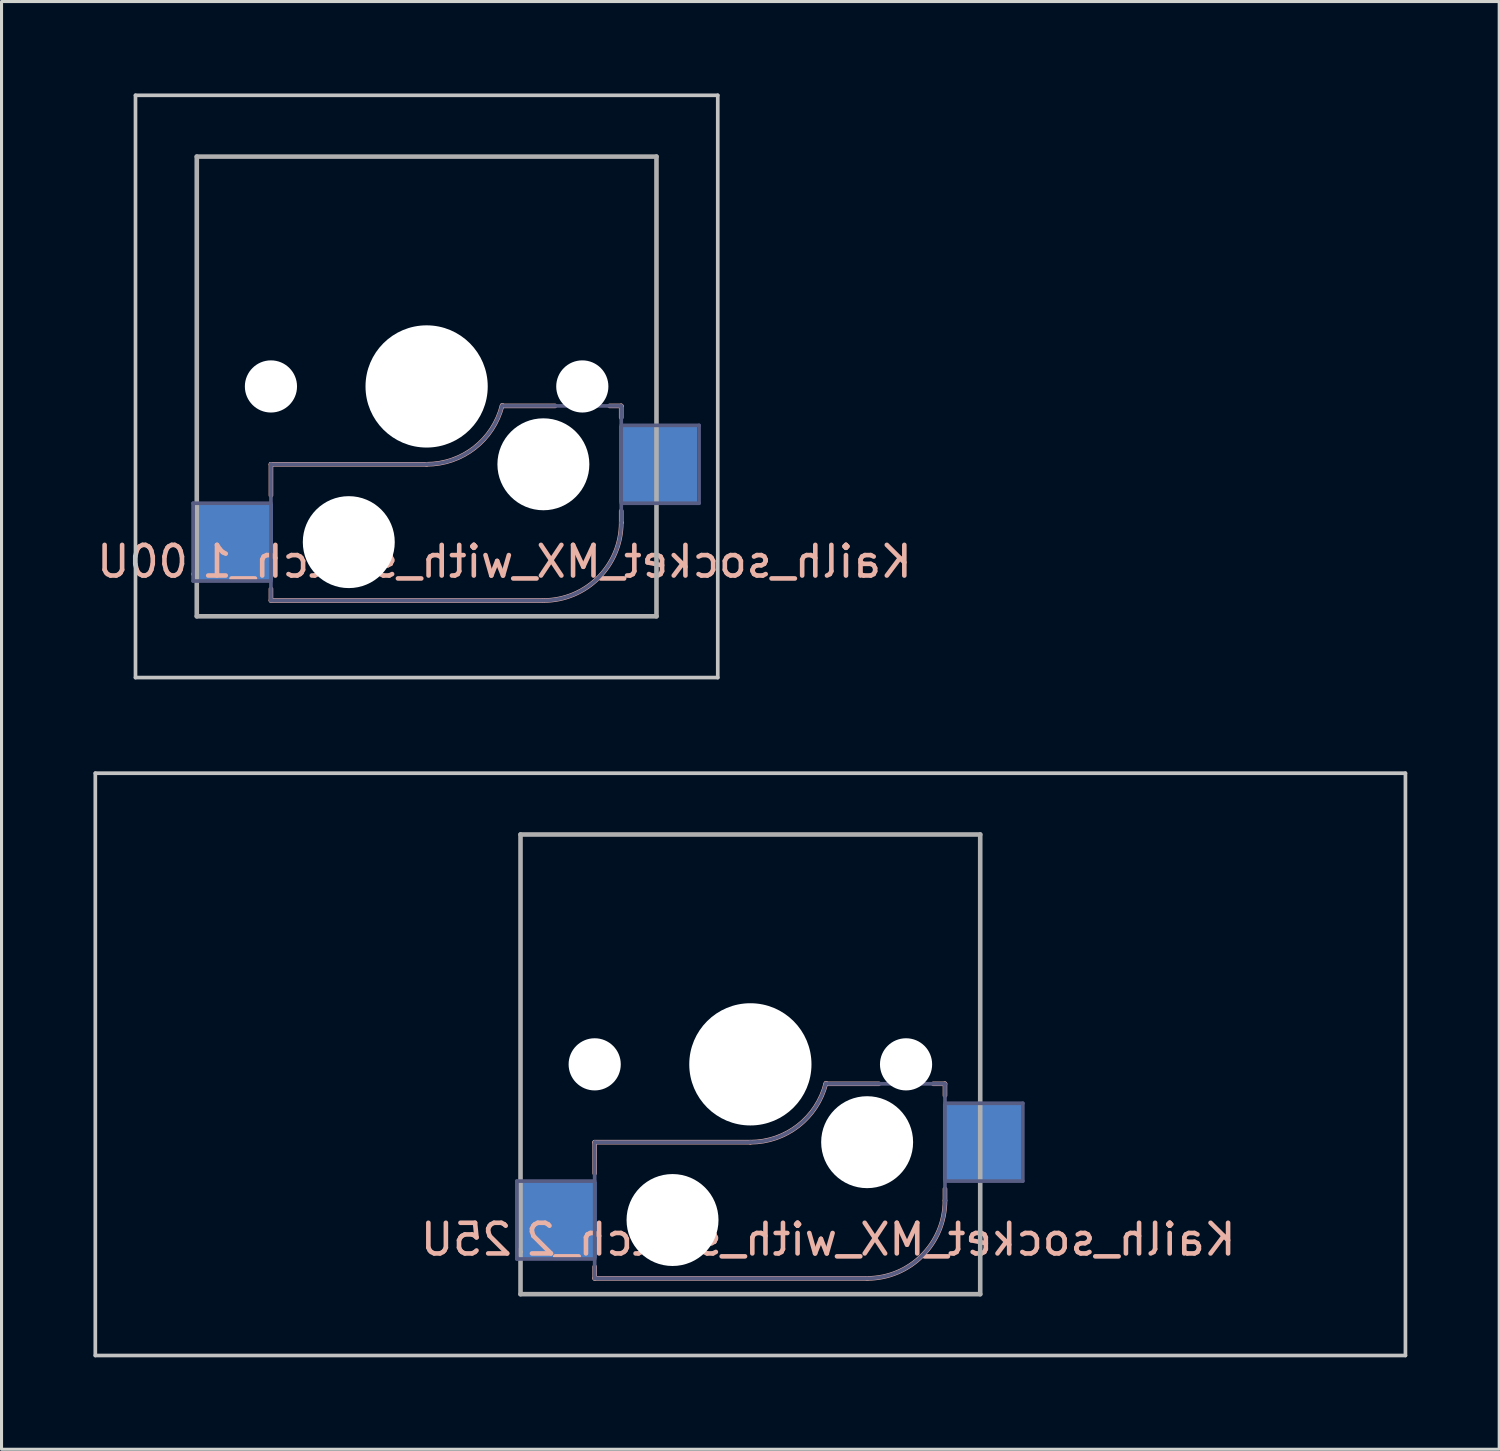
<source format=kicad_pcb>
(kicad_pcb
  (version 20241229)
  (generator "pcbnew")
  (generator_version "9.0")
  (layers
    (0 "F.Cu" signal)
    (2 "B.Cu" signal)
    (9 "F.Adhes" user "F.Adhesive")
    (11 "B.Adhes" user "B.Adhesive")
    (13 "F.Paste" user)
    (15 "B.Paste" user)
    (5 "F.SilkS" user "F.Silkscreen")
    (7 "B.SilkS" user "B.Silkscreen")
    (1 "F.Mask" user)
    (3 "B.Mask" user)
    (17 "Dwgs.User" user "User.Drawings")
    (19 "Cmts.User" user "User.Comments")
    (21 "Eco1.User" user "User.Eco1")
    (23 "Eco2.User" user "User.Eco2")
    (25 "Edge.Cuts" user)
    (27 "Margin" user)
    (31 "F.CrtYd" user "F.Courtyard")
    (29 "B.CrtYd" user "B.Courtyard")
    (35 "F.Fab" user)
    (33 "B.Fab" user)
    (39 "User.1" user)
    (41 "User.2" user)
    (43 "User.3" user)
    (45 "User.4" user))
  (footprint "Kailh_socket_MX_with_switch_2.25U"
    (layer "F.Cu")
    (at 21.435 31.68)
    (property "Reference" "Kailh_socket_MX_with_switch_2.25U" (at 2.54 5.715 180) (layer "B.SilkS") (effects (font (size 1 1) (thickness 0.15)) (justify mirror)))
    (attr smd)
    (fp_line (start -5.08 2.54) (end 0 2.54) (stroke (width 0.15) (type solid)) (layer "B.SilkS"))
    (fp_line (start -5.08 3.556) (end -5.08 2.54) (stroke (width 0.15) (type solid)) (layer "B.SilkS"))
    (fp_line (start -5.08 6.985) (end -5.08 6.604) (stroke (width 0.15) (type solid)) (layer "B.SilkS"))
    (fp_line (start 2.464 0.635) (end 4.191 0.635) (stroke (width 0.15) (type solid)) (layer "B.SilkS"))
    (fp_line (start 3.81 6.985) (end -5.08 6.985) (stroke (width 0.15) (type solid)) (layer "B.SilkS"))
    (fp_line (start 5.969 0.635) (end 6.35 0.635) (stroke (width 0.15) (type solid)) (layer "B.SilkS"))
    (fp_line (start 6.35 1.016) (end 6.35 0.635) (stroke (width 0.15) (type solid)) (layer "B.SilkS"))
    (fp_line (start 6.35 4.445) (end 6.35 4.064) (stroke (width 0.15) (type solid)) (layer "B.SilkS"))
    (fp_arc (start 2.464162 0.61604) (mid 1.563147 2.002042) (end 0 2.54) (stroke (width 0.15) (type solid)) (layer "B.SilkS"))
    (fp_arc (start 6.35 4.445) (mid 5.606051 6.241051) (end 3.81 6.985) (stroke (width 0.15) (type solid)) (layer "B.SilkS"))
    (fp_line (start -21.375 -9.5) (end -21.375 9.5) (stroke (width 0.12) (type solid)) (layer "Dwgs.User"))
    (fp_line (start -21.375 -9.5) (end 21.375 -9.5) (stroke (width 0.12) (type solid)) (layer "Dwgs.User"))
    (fp_line (start -21.375 9.5) (end 21.375 9.5) (stroke (width 0.12) (type solid)) (layer "Dwgs.User"))
    (fp_line (start 21.375 -9.5) (end 21.375 9.5) (stroke (width 0.12) (type solid)) (layer "Dwgs.User"))
    (fp_line (start -6.9 6.9) (end -6.9 -6.9) (stroke (width 0.15) (type solid)) (layer "Eco2.User"))
    (fp_line (start -6.9 6.9) (end 6.9 6.9) (stroke (width 0.15) (type solid)) (layer "Eco2.User"))
    (fp_line (start 6.9 -6.9) (end -6.9 -6.9) (stroke (width 0.15) (type solid)) (layer "Eco2.User"))
    (fp_line (start 6.9 -6.9) (end 6.9 6.9) (stroke (width 0.15) (type solid)) (layer "Eco2.User"))
    (fp_line (start -7.62 3.81) (end -5.08 3.81) (stroke (width 0.12) (type solid)) (layer "B.Fab"))
    (fp_line (start -7.62 6.35) (end -7.62 3.81) (stroke (width 0.12) (type solid)) (layer "B.Fab"))
    (fp_line (start -5.08 2.54) (end 0 2.54) (stroke (width 0.12) (type solid)) (layer "B.Fab"))
    (fp_line (start -5.08 6.35) (end -7.62 6.35) (stroke (width 0.12) (type solid)) (layer "B.Fab"))
    (fp_line (start -5.08 6.985) (end -5.08 2.54) (stroke (width 0.12) (type solid)) (layer "B.Fab"))
    (fp_line (start 3.81 6.985) (end -5.08 6.985) (stroke (width 0.12) (type solid)) (layer "B.Fab"))
    (fp_line (start 6.35 0.635) (end 2.54 0.635) (stroke (width 0.12) (type solid)) (layer "B.Fab"))
    (fp_line (start 6.35 0.635) (end 6.35 4.445) (stroke (width 0.12) (type solid)) (layer "B.Fab"))
    (fp_line (start 6.35 1.27) (end 8.89 1.27) (stroke (width 0.12) (type solid)) (layer "B.Fab"))
    (fp_line (start 8.89 1.27) (end 8.89 3.81) (stroke (width 0.12) (type solid)) (layer "B.Fab"))
    (fp_line (start 8.89 3.81) (end 6.35 3.81) (stroke (width 0.12) (type solid)) (layer "B.Fab"))
    (fp_arc (start 2.464162 0.61604) (mid 1.563147 2.002042) (end 0 2.54) (stroke (width 0.12) (type solid)) (layer "B.Fab"))
    (fp_arc (start 6.35 4.445) (mid 5.606051 6.241051) (end 3.81 6.985) (stroke (width 0.12) (type solid)) (layer "B.Fab"))
    (fp_line (start -7.5 -7.5) (end 7.5 -7.5) (stroke (width 0.15) (type solid)) (layer "F.Fab"))
    (fp_line (start -7.5 7.5) (end -7.5 -7.5) (stroke (width 0.15) (type solid)) (layer "F.Fab"))
    (fp_line (start 7.5 -7.5) (end 7.5 7.5) (stroke (width 0.15) (type solid)) (layer "F.Fab"))
    (fp_line (start 7.5 7.5) (end -7.5 7.5) (stroke (width 0.15) (type solid)) (layer "F.Fab"))
    (pad "" np_thru_hole circle (at -5.08 0 180) (size 1.702 1.702) (drill 1.702) (layers "*.Cu" "*.Mask"))
    (pad "" np_thru_hole circle (at -2.54 5.08 180) (size 3 3) (drill 3) (layers "*.Cu" "*.Mask"))
    (pad "" np_thru_hole circle (at 0 0 180) (size 3.988 3.988) (drill 3.988) (layers "*.Cu" "*.Mask"))
    (pad "" np_thru_hole circle (at 3.81 2.54 180) (size 3 3) (drill 3) (layers "*.Cu" "*.Mask"))
    (pad "" np_thru_hole circle (at 5.08 0 180) (size 1.702 1.702) (drill 1.702) (layers "*.Cu" "*.Mask"))
    (pad "1" smd rect (at -6.29 5.08 180) (size 2.55 2.5) (layers "B.Cu" "B.Mask" "B.Paste"))
    (pad "2" smd rect (at 7.56 2.54 180) (size 2.55 2.5) (layers "B.Cu" "B.Mask" "B.Paste")))
  (footprint "Kailh_socket_MX_with_switch_1.00U"
    (layer "F.Cu")
    (at 10.871 9.56)
    (property "Reference" "Kailh_socket_MX_with_switch_1.00U" (at 2.54 5.715 180) (layer "B.SilkS") (effects (font (size 1 1) (thickness 0.15)) (justify mirror)))
    (attr smd)
    (fp_line (start -5.08 2.54) (end 0 2.54) (stroke (width 0.15) (type solid)) (layer "B.SilkS"))
    (fp_line (start -5.08 3.556) (end -5.08 2.54) (stroke (width 0.15) (type solid)) (layer "B.SilkS"))
    (fp_line (start -5.08 6.985) (end -5.08 6.604) (stroke (width 0.15) (type solid)) (layer "B.SilkS"))
    (fp_line (start 2.464 0.635) (end 4.191 0.635) (stroke (width 0.15) (type solid)) (layer "B.SilkS"))
    (fp_line (start 3.81 6.985) (end -5.08 6.985) (stroke (width 0.15) (type solid)) (layer "B.SilkS"))
    (fp_line (start 5.969 0.635) (end 6.35 0.635) (stroke (width 0.15) (type solid)) (layer "B.SilkS"))
    (fp_line (start 6.35 1.016) (end 6.35 0.635) (stroke (width 0.15) (type solid)) (layer "B.SilkS"))
    (fp_line (start 6.35 4.445) (end 6.35 4.064) (stroke (width 0.15) (type solid)) (layer "B.SilkS"))
    (fp_arc (start 2.464162 0.61604) (mid 1.563147 2.002042) (end 0 2.54) (stroke (width 0.15) (type solid)) (layer "B.SilkS"))
    (fp_arc (start 6.35 4.445) (mid 5.606051 6.241051) (end 3.81 6.985) (stroke (width 0.15) (type solid)) (layer "B.SilkS"))
    (fp_line (start -9.5 -9.5) (end -9.5 9.5) (stroke (width 0.12) (type solid)) (layer "Dwgs.User"))
    (fp_line (start -9.5 -9.5) (end 9.5 -9.5) (stroke (width 0.12) (type solid)) (layer "Dwgs.User"))
    (fp_line (start -9.5 9.5) (end 9.5 9.5) (stroke (width 0.12) (type solid)) (layer "Dwgs.User"))
    (fp_line (start 9.5 -9.5) (end 9.5 9.5) (stroke (width 0.12) (type solid)) (layer "Dwgs.User"))
    (fp_line (start -6.9 6.9) (end -6.9 -6.9) (stroke (width 0.15) (type solid)) (layer "Eco2.User"))
    (fp_line (start -6.9 6.9) (end 6.9 6.9) (stroke (width 0.15) (type solid)) (layer "Eco2.User"))
    (fp_line (start 6.9 -6.9) (end -6.9 -6.9) (stroke (width 0.15) (type solid)) (layer "Eco2.User"))
    (fp_line (start 6.9 -6.9) (end 6.9 6.9) (stroke (width 0.15) (type solid)) (layer "Eco2.User"))
    (fp_line (start -7.62 3.81) (end -5.08 3.81) (stroke (width 0.12) (type solid)) (layer "B.Fab"))
    (fp_line (start -7.62 6.35) (end -7.62 3.81) (stroke (width 0.12) (type solid)) (layer "B.Fab"))
    (fp_line (start -5.08 2.54) (end 0 2.54) (stroke (width 0.12) (type solid)) (layer "B.Fab"))
    (fp_line (start -5.08 6.35) (end -7.62 6.35) (stroke (width 0.12) (type solid)) (layer "B.Fab"))
    (fp_line (start -5.08 6.985) (end -5.08 2.54) (stroke (width 0.12) (type solid)) (layer "B.Fab"))
    (fp_line (start 3.81 6.985) (end -5.08 6.985) (stroke (width 0.12) (type solid)) (layer "B.Fab"))
    (fp_line (start 6.35 0.635) (end 2.54 0.635) (stroke (width 0.12) (type solid)) (layer "B.Fab"))
    (fp_line (start 6.35 0.635) (end 6.35 4.445) (stroke (width 0.12) (type solid)) (layer "B.Fab"))
    (fp_line (start 6.35 1.27) (end 8.89 1.27) (stroke (width 0.12) (type solid)) (layer "B.Fab"))
    (fp_line (start 8.89 1.27) (end 8.89 3.81) (stroke (width 0.12) (type solid)) (layer "B.Fab"))
    (fp_line (start 8.89 3.81) (end 6.35 3.81) (stroke (width 0.12) (type solid)) (layer "B.Fab"))
    (fp_arc (start 2.464162 0.61604) (mid 1.563147 2.002042) (end 0 2.54) (stroke (width 0.12) (type solid)) (layer "B.Fab"))
    (fp_arc (start 6.35 4.445) (mid 5.606051 6.241051) (end 3.81 6.985) (stroke (width 0.12) (type solid)) (layer "B.Fab"))
    (fp_line (start -7.5 -7.5) (end 7.5 -7.5) (stroke (width 0.15) (type solid)) (layer "F.Fab"))
    (fp_line (start -7.5 7.5) (end -7.5 -7.5) (stroke (width 0.15) (type solid)) (layer "F.Fab"))
    (fp_line (start 7.5 -7.5) (end 7.5 7.5) (stroke (width 0.15) (type solid)) (layer "F.Fab"))
    (fp_line (start 7.5 7.5) (end -7.5 7.5) (stroke (width 0.15) (type solid)) (layer "F.Fab"))
    (pad "" np_thru_hole circle (at -5.08 0 180) (size 1.702 1.702) (drill 1.702) (layers "*.Cu" "*.Mask"))
    (pad "" np_thru_hole circle (at -2.54 5.08 180) (size 3 3) (drill 3) (layers "*.Cu" "*.Mask"))
    (pad "" np_thru_hole circle (at 0 0 180) (size 3.988 3.988) (drill 3.988) (layers "*.Cu" "*.Mask"))
    (pad "" np_thru_hole circle (at 3.81 2.54 180) (size 3 3) (drill 3) (layers "*.Cu" "*.Mask"))
    (pad "" np_thru_hole circle (at 5.08 0 180) (size 1.702 1.702) (drill 1.702) (layers "*.Cu" "*.Mask"))
    (pad "1" smd rect (at -6.29 5.08 180) (size 2.55 2.5) (layers "B.Cu" "B.Mask" "B.Paste"))
    (pad "2" smd rect (at 7.56 2.54 180) (size 2.55 2.5) (layers "B.Cu" "B.Mask" "B.Paste")))
  (gr_rect
    (start -3 -3)
    (end 45.87 44.24)
    (stroke (width 0.1) (type default))
    (fill no)
    (layer "Edge.Cuts")))
</source>
